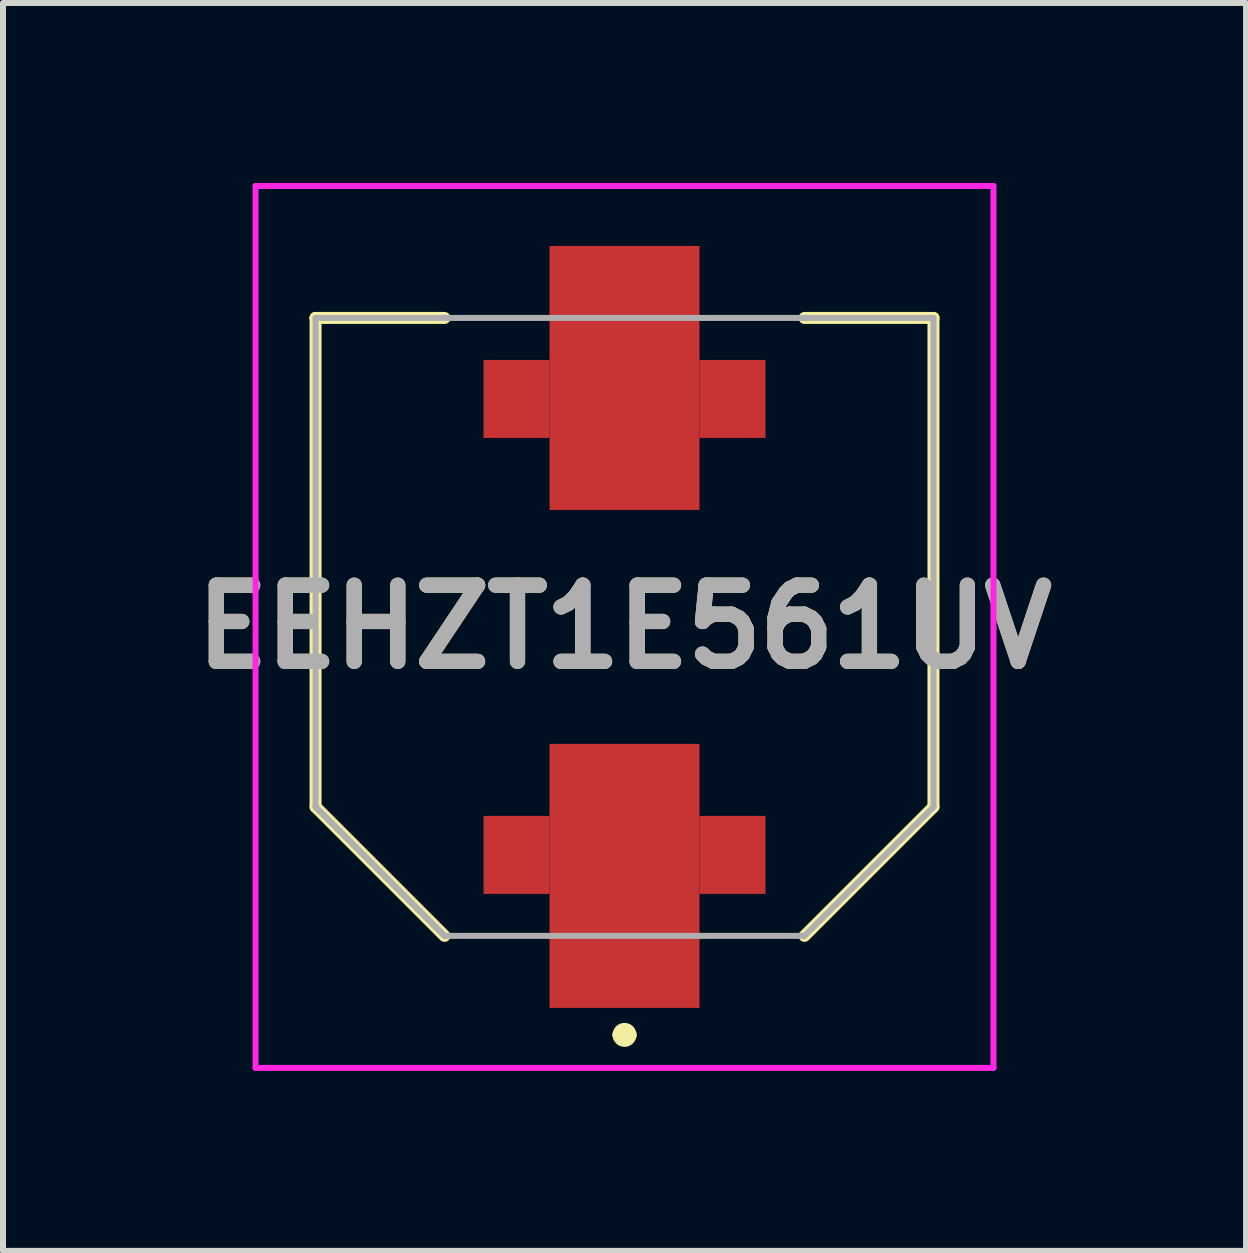
<source format=kicad_pcb>
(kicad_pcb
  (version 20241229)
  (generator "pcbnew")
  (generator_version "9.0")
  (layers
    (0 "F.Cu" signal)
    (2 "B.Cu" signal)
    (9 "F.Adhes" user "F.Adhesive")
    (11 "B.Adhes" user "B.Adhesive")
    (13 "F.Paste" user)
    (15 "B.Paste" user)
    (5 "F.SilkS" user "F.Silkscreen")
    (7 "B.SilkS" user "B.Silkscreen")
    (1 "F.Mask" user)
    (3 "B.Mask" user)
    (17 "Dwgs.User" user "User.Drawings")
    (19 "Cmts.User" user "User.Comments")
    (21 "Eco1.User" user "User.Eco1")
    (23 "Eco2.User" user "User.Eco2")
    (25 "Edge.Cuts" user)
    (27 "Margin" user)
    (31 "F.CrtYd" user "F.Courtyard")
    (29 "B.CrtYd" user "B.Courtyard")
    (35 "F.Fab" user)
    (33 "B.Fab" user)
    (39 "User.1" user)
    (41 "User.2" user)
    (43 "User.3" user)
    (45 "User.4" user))
  (footprint "EEHZT1E561UV"
    (layer "F.Cu")
    (at 7.36 7.4)
    (property "Reference" "EEHZT1E561UV" (at 0 0 0) (layer "F.SilkS") (effects (font (size 1.27 1.27) (thickness 0.254))))
    (attr smd)
    (fp_line (start -5.15 -5.15) (end -5.15 -5.15) (stroke (width 0.2) (type solid)) (layer "F.SilkS"))
    (fp_line (start -5.15 -5.15) (end -3 -5.15) (stroke (width 0.2) (type solid)) (layer "F.SilkS"))
    (fp_line (start -5.15 3) (end -5.15 -5.15) (stroke (width 0.2) (type solid)) (layer "F.SilkS"))
    (fp_line (start -3 5.15) (end -5.15 3) (stroke (width 0.2) (type solid)) (layer "F.SilkS"))
    (fp_line (start -0.1 6.8) (end -0.1 6.8) (stroke (width 0.2) (type solid)) (layer "F.SilkS"))
    (fp_line (start 0.1 6.8) (end 0.1 6.8) (stroke (width 0.2) (type solid)) (layer "F.SilkS"))
    (fp_line (start 3 -5.15) (end 5.15 -5.15) (stroke (width 0.2) (type solid)) (layer "F.SilkS"))
    (fp_line (start 5.15 -5.15) (end 5.15 3) (stroke (width 0.2) (type solid)) (layer "F.SilkS"))
    (fp_line (start 5.15 3) (end 3 5.15) (stroke (width 0.2) (type solid)) (layer "F.SilkS"))
    (fp_arc (start -0.1 6.8) (mid 0 6.7) (end 0.1 6.8) (stroke (width 0.2) (type solid)) (layer "F.SilkS"))
    (fp_arc (start 0.1 6.8) (mid 0 6.9) (end -0.1 6.8) (stroke (width 0.2) (type solid)) (layer "F.SilkS"))
    (fp_line (start -6.15 -7.35) (end -6.15 7.35) (stroke (width 0.1) (type solid)) (layer "F.CrtYd"))
    (fp_line (start -6.15 7.35) (end 6.15 7.35) (stroke (width 0.1) (type solid)) (layer "F.CrtYd"))
    (fp_line (start 6.15 -7.35) (end -6.15 -7.35) (stroke (width 0.1) (type solid)) (layer "F.CrtYd"))
    (fp_line (start 6.15 7.35) (end 6.15 -7.35) (stroke (width 0.1) (type solid)) (layer "F.CrtYd"))
    (fp_line (start -5.15 -5.15) (end 5.15 -5.15) (stroke (width 0.1) (type solid)) (layer "F.Fab"))
    (fp_line (start -5.15 3) (end -5.15 -5.15) (stroke (width 0.1) (type solid)) (layer "F.Fab"))
    (fp_line (start -3 5.15) (end -5.15 3) (stroke (width 0.1) (type solid)) (layer "F.Fab"))
    (fp_line (start -3 5.15) (end -5.15 3) (stroke (width 0.1) (type solid)) (layer "F.Fab"))
    (fp_line (start 3 5.15) (end -3 5.15) (stroke (width 0.1) (type solid)) (layer "F.Fab"))
    (fp_line (start 5.15 -5.15) (end 5.15 3) (stroke (width 0.1) (type solid)) (layer "F.Fab"))
    (fp_line (start 5.15 3) (end 3 5.15) (stroke (width 0.1) (type solid)) (layer "F.Fab"))
    (fp_text user "${REFERENCE}" (at 0 0 0) (layer "F.Fab") (effects (font (size 1.27 1.27) (thickness 0.254))))
    (pad "+" smd rect (at -1.8 3.8) (size 1.1 1.3) (layers "F.Cu" "F.Mask" "F.Paste"))
    (pad "+" smd rect (at 0 4.15) (size 2.5 4.4) (layers "F.Cu" "F.Mask" "F.Paste"))
    (pad "+" smd rect (at 1.8 3.8) (size 1.1 1.3) (layers "F.Cu" "F.Mask" "F.Paste"))
    (pad "-" smd rect (at -1.8 -3.8) (size 1.1 1.3) (layers "F.Cu" "F.Mask" "F.Paste"))
    (pad "-" smd rect (at 0 -4.15) (size 2.5 4.4) (layers "F.Cu" "F.Mask" "F.Paste"))
    (pad "-" smd rect (at 1.8 -3.8) (size 1.1 1.3) (layers "F.Cu" "F.Mask" "F.Paste")))
  (gr_rect
    (start -3 -3)
    (end 17.72 17.8)
    (stroke (width 0.1) (type default))
    (fill no)
    (layer "Edge.Cuts")))
</source>
